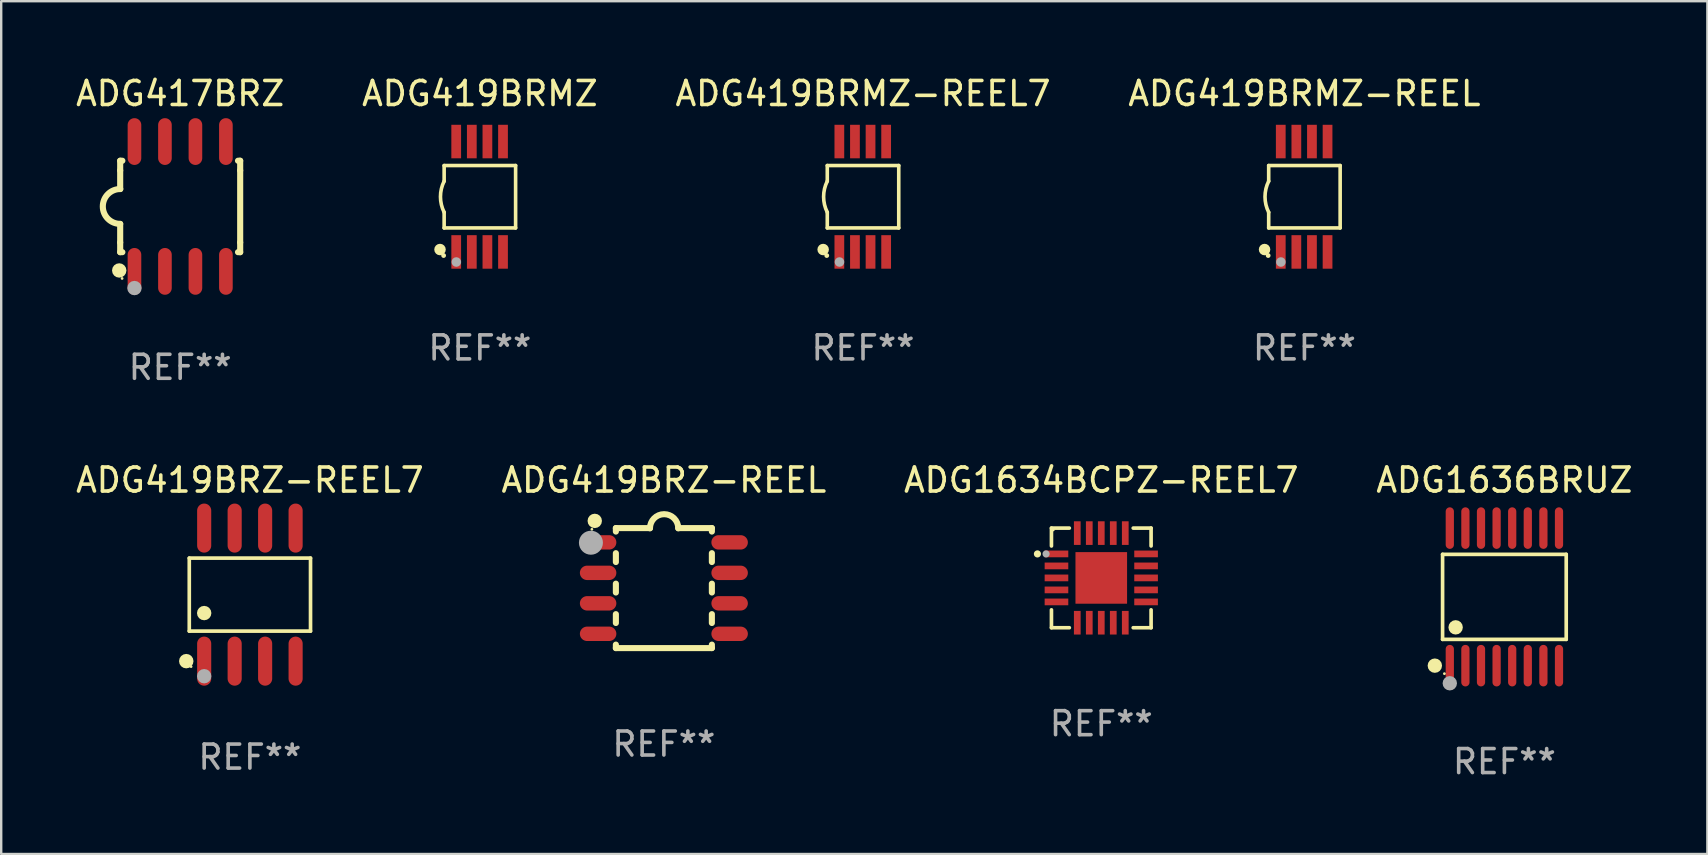
<source format=kicad_pcb>
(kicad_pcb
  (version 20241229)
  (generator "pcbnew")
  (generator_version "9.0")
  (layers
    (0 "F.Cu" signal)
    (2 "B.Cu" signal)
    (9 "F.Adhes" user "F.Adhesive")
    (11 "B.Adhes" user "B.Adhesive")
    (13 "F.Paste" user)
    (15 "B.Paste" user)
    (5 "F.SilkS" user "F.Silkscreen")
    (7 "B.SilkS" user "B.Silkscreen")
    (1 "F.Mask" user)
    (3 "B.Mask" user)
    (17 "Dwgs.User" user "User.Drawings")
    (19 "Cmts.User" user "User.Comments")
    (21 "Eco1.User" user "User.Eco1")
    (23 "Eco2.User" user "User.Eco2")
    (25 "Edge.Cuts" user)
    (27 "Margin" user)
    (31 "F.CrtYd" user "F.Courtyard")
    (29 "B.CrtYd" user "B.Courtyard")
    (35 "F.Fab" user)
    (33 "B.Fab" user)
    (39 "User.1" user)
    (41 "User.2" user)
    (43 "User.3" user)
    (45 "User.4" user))
  (footprint "ADG419BRMZ-REEL7"
    (layer "F.Cu")
    (at 32.911 5.148)
    (property "Reference" "ADG419BRMZ-REEL7" (at 0 -4.3 0) (layer "F.SilkS") (effects (font (size 1 1) (thickness 0.15))))
    (attr through_hole)
    (fp_line (start -1.489 -1.3) (end -1.489 -0.648) (stroke (width 0.15) (type solid)) (layer "F.SilkS"))
    (fp_line (start -1.489 0.648) (end -1.489 1.3) (stroke (width 0.15) (type solid)) (layer "F.SilkS"))
    (fp_line (start -1.489 1.3) (end 1.489 1.3) (stroke (width 0.15) (type solid)) (layer "F.SilkS"))
    (fp_line (start 1.489 -1.3) (end -1.489 -1.3) (stroke (width 0.15) (type solid)) (layer "F.SilkS"))
    (fp_line (start 1.489 1.3) (end 1.489 -1.3) (stroke (width 0.15) (type solid)) (layer "F.SilkS"))
    (fp_arc (start -1.489205 0.647702) (mid -1.642107 0) (end -1.489205 -0.647701) (stroke (width 0.150013) (type solid)) (layer "F.SilkS"))
    (fp_circle (center -1.661 2.2) (end -1.541 2.2) (stroke (width 0.24) (type solid)) (fill no) (layer "F.SilkS"))
    (fp_circle (center -1.511 2.45) (end -1.461 2.45) (stroke (width 0.1) (type solid)) (fill no) (layer "F.SilkS"))
    (fp_circle (center -0.981 2.72) (end -0.881 2.72) (stroke (width 0.2) (type solid)) (fill no) (layer "F.Fab"))
    (fp_text user "REF**" (at 0 6.3 0) (layer "F.Fab") (effects (font (size 1 1) (thickness 0.15))))
    (pad "1" smd rect (at -0.986 2.3) (size 0.406 1.397) (layers "F.Cu" "F.Mask" "F.Paste"))
    (pad "2" smd rect (at -0.336 2.3) (size 0.406 1.397) (layers "F.Cu" "F.Mask" "F.Paste"))
    (pad "3" smd rect (at 0.314 2.3) (size 0.406 1.397) (layers "F.Cu" "F.Mask" "F.Paste"))
    (pad "4" smd rect (at 0.964 2.3) (size 0.406 1.397) (layers "F.Cu" "F.Mask" "F.Paste"))
    (pad "5" smd rect (at 0.964 -2.3) (size 0.406 1.397) (layers "F.Cu" "F.Mask" "F.Paste"))
    (pad "6" smd rect (at 0.314 -2.3) (size 0.406 1.397) (layers "F.Cu" "F.Mask" "F.Paste"))
    (pad "7" smd rect (at -0.336 -2.3) (size 0.406 1.397) (layers "F.Cu" "F.Mask" "F.Paste"))
    (pad "8" smd rect (at -0.986 -2.3) (size 0.406 1.397) (layers "F.Cu" "F.Mask" "F.Paste")))
  (footprint "ADG1636BRUZ"
    (layer "F.Cu")
    (at 59.637 21.821)
    (property "Reference" "ADG1636BRUZ" (at 0 -4.866 0) (layer "F.SilkS") (effects (font (size 1 1) (thickness 0.15))))
    (attr through_hole)
    (fp_line (start -2.576 -1.772) (end 2.576 -1.772) (stroke (width 0.152) (type solid)) (layer "F.SilkS"))
    (fp_line (start -2.576 1.771) (end -2.576 -1.772) (stroke (width 0.152) (type solid)) (layer "F.SilkS"))
    (fp_line (start 2.576 -1.772) (end 2.576 1.771) (stroke (width 0.152) (type solid)) (layer "F.SilkS"))
    (fp_line (start 2.576 1.771) (end -2.576 1.771) (stroke (width 0.152) (type solid)) (layer "F.SilkS"))
    (fp_circle (center -2.899 2.866) (end -2.749 2.866) (stroke (width 0.3) (type solid)) (fill no) (layer "F.SilkS"))
    (fp_circle (center -2.5 3.2) (end -2.47 3.2) (stroke (width 0.06) (type solid)) (fill no) (layer "F.SilkS"))
    (fp_circle (center -2.032 1.27) (end -1.882 1.27) (stroke (width 0.3) (type solid)) (fill no) (layer "F.SilkS"))
    (fp_circle (center -2.275 3.6) (end -2.125 3.6) (stroke (width 0.3) (type solid)) (fill no) (layer "F.Fab"))
    (fp_text user "REF**" (at 0 6.866 0) (layer "F.Fab") (effects (font (size 1 1) (thickness 0.15))))
    (pad "1" smd oval (at -2.275 2.866) (size 0.343 1.731) (layers "F.Cu" "F.Mask" "F.Paste"))
    (pad "2" smd oval (at -1.625 2.866) (size 0.343 1.731) (layers "F.Cu" "F.Mask" "F.Paste"))
    (pad "3" smd oval (at -0.975 2.866) (size 0.343 1.731) (layers "F.Cu" "F.Mask" "F.Paste"))
    (pad "4" smd oval (at -0.325 2.866) (size 0.343 1.731) (layers "F.Cu" "F.Mask" "F.Paste"))
    (pad "5" smd oval (at 0.325 2.866) (size 0.343 1.731) (layers "F.Cu" "F.Mask" "F.Paste"))
    (pad "6" smd oval (at 0.975 2.866) (size 0.343 1.731) (layers "F.Cu" "F.Mask" "F.Paste"))
    (pad "7" smd oval (at 1.625 2.866) (size 0.343 1.731) (layers "F.Cu" "F.Mask" "F.Paste"))
    (pad "8" smd oval (at 2.275 2.866) (size 0.343 1.731) (layers "F.Cu" "F.Mask" "F.Paste"))
    (pad "9" smd oval (at 2.275 -2.866) (size 0.343 1.731) (layers "F.Cu" "F.Mask" "F.Paste"))
    (pad "10" smd oval (at 1.625 -2.866) (size 0.343 1.731) (layers "F.Cu" "F.Mask" "F.Paste"))
    (pad "11" smd oval (at 0.975 -2.866) (size 0.343 1.731) (layers "F.Cu" "F.Mask" "F.Paste"))
    (pad "12" smd oval (at 0.325 -2.866) (size 0.343 1.731) (layers "F.Cu" "F.Mask" "F.Paste"))
    (pad "13" smd oval (at -0.325 -2.866) (size 0.343 1.731) (layers "F.Cu" "F.Mask" "F.Paste"))
    (pad "14" smd oval (at -0.975 -2.866) (size 0.343 1.731) (layers "F.Cu" "F.Mask" "F.Paste"))
    (pad "15" smd oval (at -1.625 -2.866) (size 0.343 1.731) (layers "F.Cu" "F.Mask" "F.Paste"))
    (pad "16" smd oval (at -2.275 -2.866) (size 0.343 1.731) (layers "F.Cu" "F.Mask" "F.Paste")))
  (footprint "ADG1634BCPZ-REEL7"
    (layer "F.Cu")
    (at 42.839 21.031)
    (property "Reference" "ADG1634BCPZ-REEL7" (at 0 -4.076 0) (layer "F.SilkS") (effects (font (size 1 1) (thickness 0.15))))
    (attr through_hole)
    (fp_line (start -2.076 -2.076) (end -2.076 -1.331) (stroke (width 0.152) (type solid)) (layer "F.SilkS"))
    (fp_line (start -2.076 2.076) (end -2.076 1.331) (stroke (width 0.152) (type solid)) (layer "F.SilkS"))
    (fp_line (start -1.331 -2.076) (end -2.076 -2.076) (stroke (width 0.152) (type solid)) (layer "F.SilkS"))
    (fp_line (start -1.331 2.076) (end -2.076 2.076) (stroke (width 0.152) (type solid)) (layer "F.SilkS"))
    (fp_line (start 1.331 -2.076) (end 2.076 -2.076) (stroke (width 0.152) (type solid)) (layer "F.SilkS"))
    (fp_line (start 1.331 2.076) (end 2.076 2.076) (stroke (width 0.152) (type solid)) (layer "F.SilkS"))
    (fp_line (start 2.076 -2.076) (end 2.076 -1.331) (stroke (width 0.152) (type solid)) (layer "F.SilkS"))
    (fp_line (start 2.076 2.076) (end 2.076 1.331) (stroke (width 0.152) (type solid)) (layer "F.SilkS"))
    (fp_circle (center -2.66 -1) (end -2.585 -1) (stroke (width 0.15) (type solid)) (fill no) (layer "F.SilkS"))
    (fp_circle (center -2 -2) (end -1.97 -2) (stroke (width 0.06) (type solid)) (fill no) (layer "F.SilkS"))
    (fp_circle (center -2.3 -1) (end -2.225 -1) (stroke (width 0.15) (type solid)) (fill no) (layer "F.Fab"))
    (fp_text user "REF**" (at 0 6.076 0) (layer "F.Fab") (effects (font (size 1 1) (thickness 0.15))))
    (pad "1" smd rect (at -1.867 -1) (size 0.985 0.28) (layers "F.Cu" "F.Mask" "F.Paste"))
    (pad "2" smd rect (at -1.867 -0.5) (size 0.985 0.28) (layers "F.Cu" "F.Mask" "F.Paste"))
    (pad "3" smd rect (at -1.867 0) (size 0.985 0.28) (layers "F.Cu" "F.Mask" "F.Paste"))
    (pad "4" smd rect (at -1.867 0.5) (size 0.985 0.28) (layers "F.Cu" "F.Mask" "F.Paste"))
    (pad "5" smd rect (at -1.867 1) (size 0.985 0.28) (layers "F.Cu" "F.Mask" "F.Paste"))
    (pad "6" smd rect (at -1 1.867) (size 0.28 0.985) (layers "F.Cu" "F.Mask" "F.Paste"))
    (pad "7" smd rect (at -0.5 1.867) (size 0.28 0.985) (layers "F.Cu" "F.Mask" "F.Paste"))
    (pad "8" smd rect (at 0 1.867) (size 0.28 0.985) (layers "F.Cu" "F.Mask" "F.Paste"))
    (pad "9" smd rect (at 0.5 1.867) (size 0.28 0.985) (layers "F.Cu" "F.Mask" "F.Paste"))
    (pad "10" smd rect (at 1 1.867) (size 0.28 0.985) (layers "F.Cu" "F.Mask" "F.Paste"))
    (pad "11" smd rect (at 1.867 1) (size 0.985 0.28) (layers "F.Cu" "F.Mask" "F.Paste"))
    (pad "12" smd rect (at 1.867 0.5) (size 0.985 0.28) (layers "F.Cu" "F.Mask" "F.Paste"))
    (pad "13" smd rect (at 1.867 0) (size 0.985 0.28) (layers "F.Cu" "F.Mask" "F.Paste"))
    (pad "14" smd rect (at 1.867 -0.5) (size 0.985 0.28) (layers "F.Cu" "F.Mask" "F.Paste"))
    (pad "15" smd rect (at 1.867 -1) (size 0.985 0.28) (layers "F.Cu" "F.Mask" "F.Paste"))
    (pad "16" smd rect (at 1 -1.867) (size 0.28 0.985) (layers "F.Cu" "F.Mask" "F.Paste"))
    (pad "17" smd rect (at 0.5 -1.867) (size 0.28 0.985) (layers "F.Cu" "F.Mask" "F.Paste"))
    (pad "18" smd rect (at 0 -1.867) (size 0.28 0.985) (layers "F.Cu" "F.Mask" "F.Paste"))
    (pad "19" smd rect (at -0.5 -1.867) (size 0.28 0.985) (layers "F.Cu" "F.Mask" "F.Paste"))
    (pad "20" smd rect (at -1 -1.867) (size 0.28 0.985) (layers "F.Cu" "F.Mask" "F.Paste"))
    (pad "21" smd rect (at 0 0) (size 2.15 2.15) (layers "F.Cu" "F.Mask" "F.Paste")))
  (footprint "ADG419BRZ-REEL7"
    (layer "F.Cu")
    (at 7.363 21.727)
    (property "Reference" "ADG419BRZ-REEL7" (at 0 -4.772 0) (layer "F.SilkS") (effects (font (size 1 1) (thickness 0.15))))
    (attr through_hole)
    (fp_line (start -2.526 -1.521) (end 2.526 -1.521) (stroke (width 0.152) (type solid)) (layer "F.SilkS"))
    (fp_line (start -2.526 1.521) (end -2.526 -1.521) (stroke (width 0.152) (type solid)) (layer "F.SilkS"))
    (fp_line (start 2.526 -1.521) (end 2.526 1.521) (stroke (width 0.152) (type solid)) (layer "F.SilkS"))
    (fp_line (start 2.526 1.521) (end -2.526 1.521) (stroke (width 0.152) (type solid)) (layer "F.SilkS"))
    (fp_circle (center -2.652 2.772) (end -2.501 2.772) (stroke (width 0.3) (type solid)) (fill no) (layer "F.SilkS"))
    (fp_circle (center -2.45 3) (end -2.42 3) (stroke (width 0.06) (type solid)) (fill no) (layer "F.SilkS"))
    (fp_circle (center -1.905 0.769) (end -1.755 0.769) (stroke (width 0.3) (type solid)) (fill no) (layer "F.SilkS"))
    (fp_circle (center -1.905 3.4) (end -1.755 3.4) (stroke (width 0.3) (type solid)) (fill no) (layer "F.Fab"))
    (fp_text user "REF**" (at 0 6.772 0) (layer "F.Fab") (effects (font (size 1 1) (thickness 0.15))))
    (pad "1" smd oval (at -1.905 2.772) (size 0.588 2.045) (layers "F.Cu" "F.Mask" "F.Paste"))
    (pad "2" smd oval (at -0.635 2.772) (size 0.588 2.045) (layers "F.Cu" "F.Mask" "F.Paste"))
    (pad "3" smd oval (at 0.635 2.772) (size 0.588 2.045) (layers "F.Cu" "F.Mask" "F.Paste"))
    (pad "4" smd oval (at 1.905 2.772) (size 0.588 2.045) (layers "F.Cu" "F.Mask" "F.Paste"))
    (pad "5" smd oval (at 1.905 -2.772) (size 0.588 2.045) (layers "F.Cu" "F.Mask" "F.Paste"))
    (pad "6" smd oval (at 0.635 -2.772) (size 0.588 2.045) (layers "F.Cu" "F.Mask" "F.Paste"))
    (pad "7" smd oval (at -0.635 -2.772) (size 0.588 2.045) (layers "F.Cu" "F.Mask" "F.Paste"))
    (pad "8" smd oval (at -1.905 -2.772) (size 0.588 2.045) (layers "F.Cu" "F.Mask" "F.Paste")))
  (footprint "ADG419BRMZ-REEL"
    (layer "F.Cu")
    (at 51.304 5.148)
    (property "Reference" "ADG419BRMZ-REEL" (at 0 -4.3 0) (layer "F.SilkS") (effects (font (size 1 1) (thickness 0.15))))
    (attr through_hole)
    (fp_line (start -1.489 -1.3) (end -1.489 -0.648) (stroke (width 0.15) (type solid)) (layer "F.SilkS"))
    (fp_line (start -1.489 0.648) (end -1.489 1.3) (stroke (width 0.15) (type solid)) (layer "F.SilkS"))
    (fp_line (start -1.489 1.3) (end 1.489 1.3) (stroke (width 0.15) (type solid)) (layer "F.SilkS"))
    (fp_line (start 1.489 -1.3) (end -1.489 -1.3) (stroke (width 0.15) (type solid)) (layer "F.SilkS"))
    (fp_line (start 1.489 1.3) (end 1.489 -1.3) (stroke (width 0.15) (type solid)) (layer "F.SilkS"))
    (fp_arc (start -1.489205 0.647702) (mid -1.642107 0) (end -1.489205 -0.647701) (stroke (width 0.150013) (type solid)) (layer "F.SilkS"))
    (fp_circle (center -1.661 2.2) (end -1.541 2.2) (stroke (width 0.24) (type solid)) (fill no) (layer "F.SilkS"))
    (fp_circle (center -1.511 2.45) (end -1.461 2.45) (stroke (width 0.1) (type solid)) (fill no) (layer "F.SilkS"))
    (fp_circle (center -0.981 2.72) (end -0.881 2.72) (stroke (width 0.2) (type solid)) (fill no) (layer "F.Fab"))
    (fp_text user "REF**" (at 0 6.3 0) (layer "F.Fab") (effects (font (size 1 1) (thickness 0.15))))
    (pad "1" smd rect (at -0.986 2.3) (size 0.406 1.397) (layers "F.Cu" "F.Mask" "F.Paste"))
    (pad "2" smd rect (at -0.336 2.3) (size 0.406 1.397) (layers "F.Cu" "F.Mask" "F.Paste"))
    (pad "3" smd rect (at 0.314 2.3) (size 0.406 1.397) (layers "F.Cu" "F.Mask" "F.Paste"))
    (pad "4" smd rect (at 0.964 2.3) (size 0.406 1.397) (layers "F.Cu" "F.Mask" "F.Paste"))
    (pad "5" smd rect (at 0.964 -2.3) (size 0.406 1.397) (layers "F.Cu" "F.Mask" "F.Paste"))
    (pad "6" smd rect (at 0.314 -2.3) (size 0.406 1.397) (layers "F.Cu" "F.Mask" "F.Paste"))
    (pad "7" smd rect (at -0.336 -2.3) (size 0.406 1.397) (layers "F.Cu" "F.Mask" "F.Paste"))
    (pad "8" smd rect (at -0.986 -2.3) (size 0.406 1.397) (layers "F.Cu" "F.Mask" "F.Paste")))
  (footprint "ADG417BRZ"
    (layer "F.Cu")
    (at 4.458 5.553)
    (property "Reference" "ADG417BRZ" (at 0 -4.705 0) (layer "F.SilkS") (effects (font (size 1 1) (thickness 0.15))))
    (attr through_hole)
    (fp_line (start -2.5 -1.905) (end -2.409 -1.905) (stroke (width 0.254) (type solid)) (layer "F.SilkS"))
    (fp_line (start -2.5 -1.5) (end -2.5 -1.905) (stroke (width 0.254) (type solid)) (layer "F.SilkS"))
    (fp_line (start -2.5 -1.5) (end -2.5 -0.726) (stroke (width 0.254) (type solid)) (layer "F.SilkS"))
    (fp_line (start -2.5 1.5) (end -2.5 0.727) (stroke (width 0.254) (type solid)) (layer "F.SilkS"))
    (fp_line (start -2.5 1.5) (end -2.5 1.905) (stroke (width 0.254) (type solid)) (layer "F.SilkS"))
    (fp_line (start -2.5 1.905) (end -2.409 1.905) (stroke (width 0.254) (type solid)) (layer "F.SilkS"))
    (fp_line (start 2.5 -1.905) (end 2.409 -1.905) (stroke (width 0.254) (type solid)) (layer "F.SilkS"))
    (fp_line (start 2.5 -1.5) (end 2.5 -1.905) (stroke (width 0.254) (type solid)) (layer "F.SilkS"))
    (fp_line (start 2.5 -1.5) (end 2.5 1.5) (stroke (width 0.254) (type solid)) (layer "F.SilkS"))
    (fp_line (start 2.5 1.5) (end 2.5 1.905) (stroke (width 0.254) (type solid)) (layer "F.SilkS"))
    (fp_line (start 2.5 1.905) (end 2.409 1.905) (stroke (width 0.254) (type solid)) (layer "F.SilkS"))
    (fp_arc (start -2.5 0.726568) (mid -3.220316 -0.0023) (end -2.495097 -0.726289) (stroke (width 0.254001) (type solid)) (layer "F.SilkS"))
    (fp_circle (center -2.54 2.667) (end -2.39 2.667) (stroke (width 0.3) (type solid)) (fill no) (layer "F.SilkS"))
    (fp_circle (center -2.42 3) (end -2.39 3) (stroke (width 0.06) (type solid)) (fill no) (layer "F.SilkS"))
    (fp_circle (center -1.905 3.4) (end -1.755 3.4) (stroke (width 0.3) (type solid)) (fill no) (layer "F.Fab"))
    (fp_text user "REF**" (at 0 6.705 0) (layer "F.Fab") (effects (font (size 1 1) (thickness 0.15))))
    (pad "1" smd oval (at -1.905 2.705) (size 0.568 1.95) (layers "F.Cu" "F.Mask" "F.Paste"))
    (pad "2" smd oval (at -0.635 2.705) (size 0.568 1.95) (layers "F.Cu" "F.Mask" "F.Paste"))
    (pad "3" smd oval (at 0.635 2.705) (size 0.568 1.95) (layers "F.Cu" "F.Mask" "F.Paste"))
    (pad "4" smd oval (at 1.905 2.705) (size 0.568 1.95) (layers "F.Cu" "F.Mask" "F.Paste"))
    (pad "5" smd oval (at 1.905 -2.705) (size 0.568 1.95) (layers "F.Cu" "F.Mask" "F.Paste"))
    (pad "6" smd oval (at 0.635 -2.705) (size 0.568 1.95) (layers "F.Cu" "F.Mask" "F.Paste"))
    (pad "7" smd oval (at -0.635 -2.705) (size 0.568 1.95) (layers "F.Cu" "F.Mask" "F.Paste"))
    (pad "8" smd oval (at -1.905 -2.705) (size 0.568 1.95) (layers "F.Cu" "F.Mask" "F.Paste")))
  (footprint "ADG419BRMZ"
    (layer "F.Cu")
    (at 16.946 5.148)
    (property "Reference" "ADG419BRMZ" (at 0 -4.3 0) (layer "F.SilkS") (effects (font (size 1 1) (thickness 0.15))))
    (attr through_hole)
    (fp_line (start -1.489 -1.3) (end -1.489 -0.648) (stroke (width 0.15) (type solid)) (layer "F.SilkS"))
    (fp_line (start -1.489 0.648) (end -1.489 1.3) (stroke (width 0.15) (type solid)) (layer "F.SilkS"))
    (fp_line (start -1.489 1.3) (end 1.489 1.3) (stroke (width 0.15) (type solid)) (layer "F.SilkS"))
    (fp_line (start 1.489 -1.3) (end -1.489 -1.3) (stroke (width 0.15) (type solid)) (layer "F.SilkS"))
    (fp_line (start 1.489 1.3) (end 1.489 -1.3) (stroke (width 0.15) (type solid)) (layer "F.SilkS"))
    (fp_arc (start -1.489205 0.647702) (mid -1.642107 0) (end -1.489205 -0.647701) (stroke (width 0.150013) (type solid)) (layer "F.SilkS"))
    (fp_circle (center -1.661 2.2) (end -1.541 2.2) (stroke (width 0.24) (type solid)) (fill no) (layer "F.SilkS"))
    (fp_circle (center -1.511 2.45) (end -1.461 2.45) (stroke (width 0.1) (type solid)) (fill no) (layer "F.SilkS"))
    (fp_circle (center -0.981 2.72) (end -0.881 2.72) (stroke (width 0.2) (type solid)) (fill no) (layer "F.Fab"))
    (fp_text user "REF**" (at 0 6.3 0) (layer "F.Fab") (effects (font (size 1 1) (thickness 0.15))))
    (pad "1" smd rect (at -0.986 2.3) (size 0.406 1.397) (layers "F.Cu" "F.Mask" "F.Paste"))
    (pad "2" smd rect (at -0.336 2.3) (size 0.406 1.397) (layers "F.Cu" "F.Mask" "F.Paste"))
    (pad "3" smd rect (at 0.314 2.3) (size 0.406 1.397) (layers "F.Cu" "F.Mask" "F.Paste"))
    (pad "4" smd rect (at 0.964 2.3) (size 0.406 1.397) (layers "F.Cu" "F.Mask" "F.Paste"))
    (pad "5" smd rect (at 0.964 -2.3) (size 0.406 1.397) (layers "F.Cu" "F.Mask" "F.Paste"))
    (pad "6" smd rect (at 0.314 -2.3) (size 0.406 1.397) (layers "F.Cu" "F.Mask" "F.Paste"))
    (pad "7" smd rect (at -0.336 -2.3) (size 0.406 1.397) (layers "F.Cu" "F.Mask" "F.Paste"))
    (pad "8" smd rect (at -0.986 -2.3) (size 0.406 1.397) (layers "F.Cu" "F.Mask" "F.Paste")))
  (footprint "ADG419BRZ-REEL"
    (layer "F.Cu")
    (at 24.613 21.455)
    (property "Reference" "ADG419BRZ-REEL" (at 0 -4.5 0) (layer "F.SilkS") (effects (font (size 1 1) (thickness 0.15))))
    (attr through_hole)
    (fp_line (start -2 -2.5) (end -2 -2.356) (stroke (width 0.254) (type solid)) (layer "F.SilkS"))
    (fp_line (start -2 -1.454) (end -2 -1.086) (stroke (width 0.254) (type solid)) (layer "F.SilkS"))
    (fp_line (start -2 -0.184) (end -2 0.184) (stroke (width 0.254) (type solid)) (layer "F.SilkS"))
    (fp_line (start -2 1.086) (end -2 1.454) (stroke (width 0.254) (type solid)) (layer "F.SilkS"))
    (fp_line (start -2 2.356) (end -2 2.5) (stroke (width 0.254) (type solid)) (layer "F.SilkS"))
    (fp_line (start -0.58 -2.5) (end -2 -2.5) (stroke (width 0.254) (type solid)) (layer "F.SilkS"))
    (fp_line (start 2 -2.5) (end 0.6 -2.5) (stroke (width 0.254) (type solid)) (layer "F.SilkS"))
    (fp_line (start 2 -2.5) (end 2 -2.356) (stroke (width 0.254) (type solid)) (layer "F.SilkS"))
    (fp_line (start 2 -1.454) (end 2 -1.086) (stroke (width 0.254) (type solid)) (layer "F.SilkS"))
    (fp_line (start 2 -0.184) (end 2 0.184) (stroke (width 0.254) (type solid)) (layer "F.SilkS"))
    (fp_line (start 2 1.086) (end 2 1.454) (stroke (width 0.254) (type solid)) (layer "F.SilkS"))
    (fp_line (start 2 2.356) (end 2 2.5) (stroke (width 0.254) (type solid)) (layer "F.SilkS"))
    (fp_line (start 2 2.5) (end -2 2.5) (stroke (width 0.254) (type solid)) (layer "F.SilkS"))
    (fp_arc (start -0.579908 -2.489992) (mid 0.010097 -3.07831) (end 0.600102 -2.489992) (stroke (width 0.254001) (type solid)) (layer "F.SilkS"))
    (fp_circle (center -3 -2.45) (end -2.97 -2.45) (stroke (width 0.06) (type solid)) (fill no) (layer "F.SilkS"))
    (fp_circle (center -2.88 -2.8) (end -2.73 -2.8) (stroke (width 0.3) (type solid)) (fill no) (layer "F.SilkS"))
    (fp_circle (center -3.04 -1.89) (end -2.79 -1.89) (stroke (width 0.5) (type solid)) (fill no) (layer "F.Fab"))
    (fp_text user "REF**" (at 0 6.5 0) (layer "F.Fab") (effects (font (size 1 1) (thickness 0.15))))
    (pad "1" smd oval (at -2.74 -1.905 90) (size 0.6 1.52) (layers "F.Cu" "F.Mask" "F.Paste"))
    (pad "2" smd oval (at -2.74 -0.635 90) (size 0.6 1.52) (layers "F.Cu" "F.Mask" "F.Paste"))
    (pad "3" smd oval (at -2.74 0.635 90) (size 0.6 1.52) (layers "F.Cu" "F.Mask" "F.Paste"))
    (pad "4" smd oval (at -2.74 1.905 90) (size 0.6 1.52) (layers "F.Cu" "F.Mask" "F.Paste"))
    (pad "5" smd oval (at 2.74 1.905 90) (size 0.6 1.52) (layers "F.Cu" "F.Mask" "F.Paste"))
    (pad "6" smd oval (at 2.74 0.635 90) (size 0.6 1.52) (layers "F.Cu" "F.Mask" "F.Paste"))
    (pad "7" smd oval (at 2.74 -0.635 90) (size 0.6 1.52) (layers "F.Cu" "F.Mask" "F.Paste"))
    (pad "8" smd oval (at 2.74 -1.905 90) (size 0.6 1.52) (layers "F.Cu" "F.Mask" "F.Paste")))
  (gr_rect
    (start -3 -3)
    (end 68.095 32.535)
    (stroke (width 0.1) (type default))
    (fill no)
    (layer "Edge.Cuts")))
</source>
